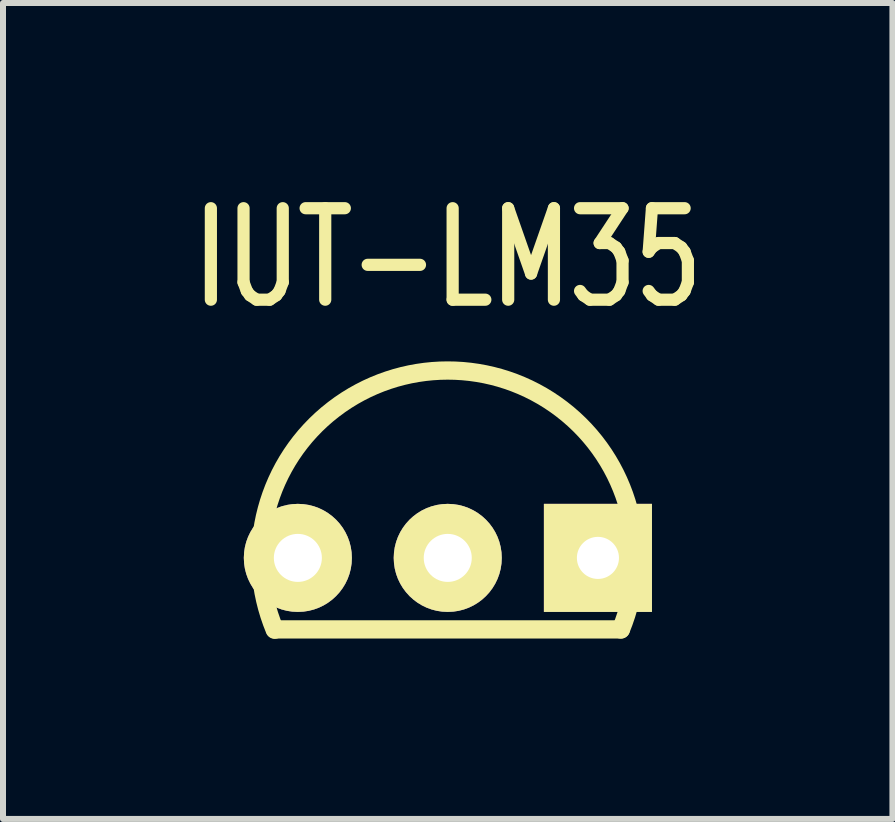
<source format=kicad_pcb>
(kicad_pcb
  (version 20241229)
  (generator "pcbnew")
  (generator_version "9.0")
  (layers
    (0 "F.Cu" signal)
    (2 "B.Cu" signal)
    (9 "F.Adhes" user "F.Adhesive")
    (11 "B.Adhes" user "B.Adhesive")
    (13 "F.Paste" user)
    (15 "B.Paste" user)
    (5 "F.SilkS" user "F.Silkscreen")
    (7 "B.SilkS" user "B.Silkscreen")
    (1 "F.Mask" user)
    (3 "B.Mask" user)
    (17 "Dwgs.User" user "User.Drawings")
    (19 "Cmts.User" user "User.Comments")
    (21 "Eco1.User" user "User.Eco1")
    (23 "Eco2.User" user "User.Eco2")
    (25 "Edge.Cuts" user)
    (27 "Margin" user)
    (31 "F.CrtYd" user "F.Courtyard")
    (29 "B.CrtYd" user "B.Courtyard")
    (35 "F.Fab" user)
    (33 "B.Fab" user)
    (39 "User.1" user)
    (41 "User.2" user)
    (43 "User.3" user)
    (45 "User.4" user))
  (footprint "IUT-LM35"
    (layer "F.Cu")
    (at 4.409 6.244)
    (property "Reference" "IUT-LM35" (at 0 -4.996 0) (layer "F.SilkS") (effects (font (size 1.524 1.143) (thickness 0.203))))
    (attr through_hole)
    (fp_line (start 2.883 1.191) (end -2.878 1.191) (stroke (width 0.305) (type solid)) (layer "F.SilkS"))
    (fp_arc (start -2.8829 1.1963) (mid -0.001999 -3.121256) (end 2.88443 1.192606) (stroke (width 0.3048) (type solid)) (layer "F.SilkS"))
    (pad "1" thru_hole circle (at -2.497 0) (size 1.8 1.8) (drill 0.8) (layers "*.Cu" "*.Mask" "F.SilkS"))
    (pad "2" thru_hole circle (at 0 0) (size 1.8 1.8) (drill 0.8) (layers "*.Cu" "*.Mask" "F.SilkS"))
    (pad "3" thru_hole rect (at 2.502 0) (size 1.8 1.8) (drill 0.701) (layers "*.Cu" "*.Mask" "F.SilkS")))
  (gr_rect
    (start -3 -3)
    (end 11.817 10.593)
    (stroke (width 0.1) (type default))
    (fill no)
    (layer "Edge.Cuts")))
</source>
